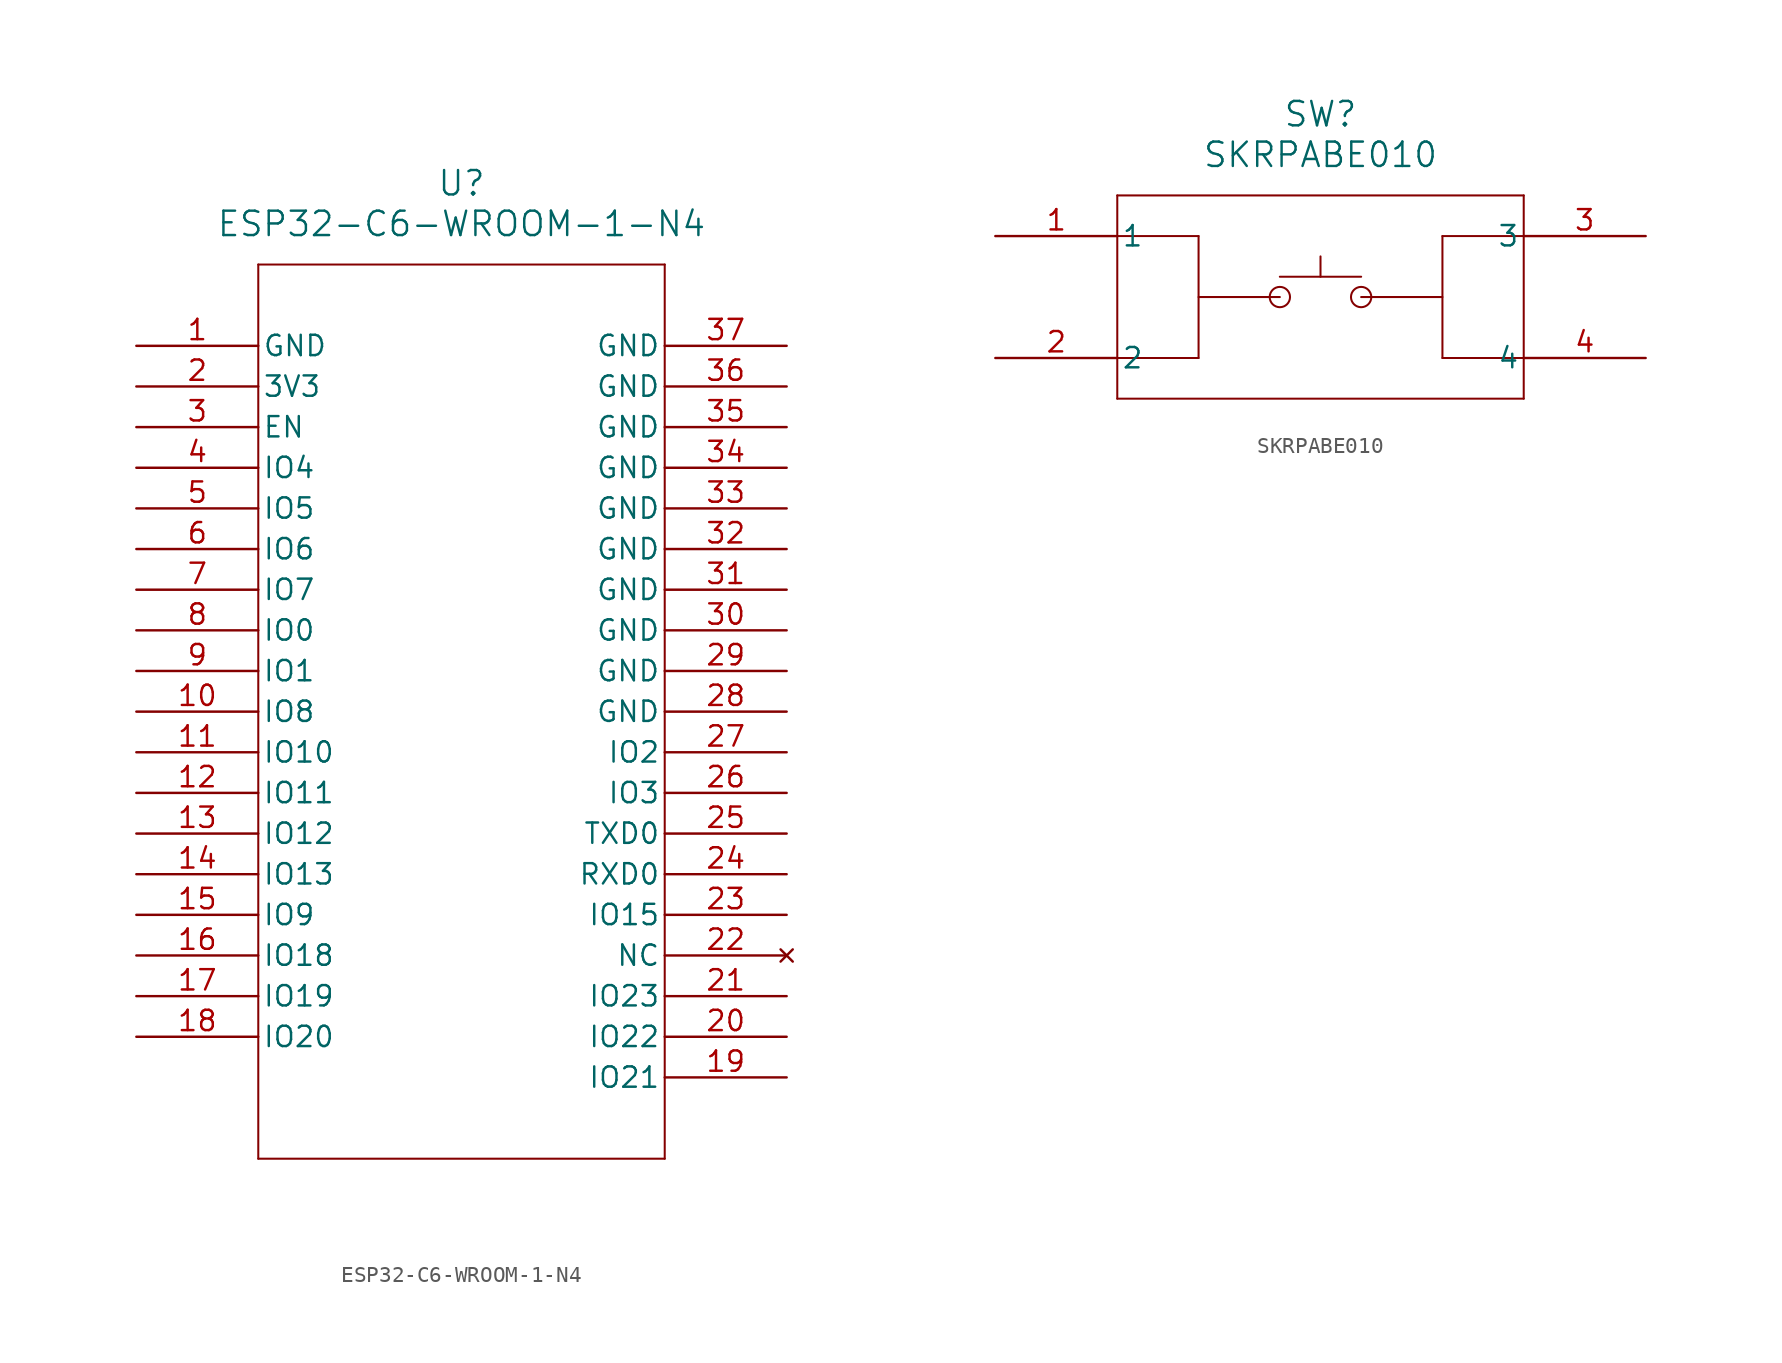
<source format=kicad_sym>
(kicad_symbol_lib
  (version 20231120)
  (generator "kicad_symbol_editor")
  (generator_version "8.0")
  (symbol "ESP32-C6-WROOM-1-N4"
    (pin_names
      (offset 0.254))
    (property "Reference" "U"
      (at 20.32 10.16 0)
      (effects (font (size 1.524 1.524))))
    (property "Value" "ESP32-C6-WROOM-1-N4"
      (at 20.32 7.62 0)
      (effects (font (size 1.524 1.524))))
    (property "ki_locked" ""
      (at 0 0 0)
      (effects (font (size 1.27 1.27))))
    (symbol "ESP32-C6-WROOM-1-N4_0_1"
      (polyline (pts (xy 7.62 -50.8) (xy 33.02 -50.8)) (stroke (width 0.127) (type default)) (fill (type none)))
      (polyline (pts (xy 7.62 5.08) (xy 7.62 -50.8)) (stroke (width 0.127) (type default)) (fill (type none)))
      (polyline (pts (xy 33.02 -50.8) (xy 33.02 5.08)) (stroke (width 0.127) (type default)) (fill (type none)))
      (polyline (pts (xy 33.02 5.08) (xy 7.62 5.08)) (stroke (width 0.127) (type default)) (fill (type none)))
      (pin power_out line (at 0 0 0) (length 7.62) (name "GND" (effects (font (size 1.27 1.27)))) (number "1" (effects (font (size 1.27 1.27)))))
      (pin bidirectional line (at 0 -22.86 0) (length 7.62) (name "IO8" (effects (font (size 1.27 1.27)))) (number "10" (effects (font (size 1.27 1.27)))))
      (pin bidirectional line (at 0 -25.4 0) (length 7.62) (name "IO10" (effects (font (size 1.27 1.27)))) (number "11" (effects (font (size 1.27 1.27)))))
      (pin bidirectional line (at 0 -27.94 0) (length 7.62) (name "IO11" (effects (font (size 1.27 1.27)))) (number "12" (effects (font (size 1.27 1.27)))))
      (pin bidirectional line (at 0 -30.48 0) (length 7.62) (name "IO12" (effects (font (size 1.27 1.27)))) (number "13" (effects (font (size 1.27 1.27)))))
      (pin bidirectional line (at 0 -33.02 0) (length 7.62) (name "IO13" (effects (font (size 1.27 1.27)))) (number "14" (effects (font (size 1.27 1.27)))))
      (pin bidirectional line (at 0 -35.56 0) (length 7.62) (name "IO9" (effects (font (size 1.27 1.27)))) (number "15" (effects (font (size 1.27 1.27)))))
      (pin bidirectional line (at 0 -38.1 0) (length 7.62) (name "IO18" (effects (font (size 1.27 1.27)))) (number "16" (effects (font (size 1.27 1.27)))))
      (pin bidirectional line (at 0 -40.64 0) (length 7.62) (name "IO19" (effects (font (size 1.27 1.27)))) (number "17" (effects (font (size 1.27 1.27)))))
      (pin bidirectional line (at 0 -43.18 0) (length 7.62) (name "IO20" (effects (font (size 1.27 1.27)))) (number "18" (effects (font (size 1.27 1.27)))))
      (pin bidirectional line (at 40.64 -45.72 180) (length 7.62) (name "IO21" (effects (font (size 1.27 1.27)))) (number "19" (effects (font (size 1.27 1.27)))))
      (pin power_in line (at 0 -2.54 0) (length 7.62) (name "3V3" (effects (font (size 1.27 1.27)))) (number "2" (effects (font (size 1.27 1.27)))))
      (pin bidirectional line (at 40.64 -43.18 180) (length 7.62) (name "IO22" (effects (font (size 1.27 1.27)))) (number "20" (effects (font (size 1.27 1.27)))))
      (pin bidirectional line (at 40.64 -40.64 180) (length 7.62) (name "IO23" (effects (font (size 1.27 1.27)))) (number "21" (effects (font (size 1.27 1.27)))))
      (pin no_connect line (at 40.64 -38.1 180) (length 7.62) (name "NC" (effects (font (size 1.27 1.27)))) (number "22" (effects (font (size 1.27 1.27)))))
      (pin bidirectional line (at 40.64 -35.56 180) (length 7.62) (name "IO15" (effects (font (size 1.27 1.27)))) (number "23" (effects (font (size 1.27 1.27)))))
      (pin bidirectional line (at 40.64 -33.02 180) (length 7.62) (name "RXD0" (effects (font (size 1.27 1.27)))) (number "24" (effects (font (size 1.27 1.27)))))
      (pin bidirectional line (at 40.64 -30.48 180) (length 7.62) (name "TXD0" (effects (font (size 1.27 1.27)))) (number "25" (effects (font (size 1.27 1.27)))))
      (pin bidirectional line (at 40.64 -27.94 180) (length 7.62) (name "IO3" (effects (font (size 1.27 1.27)))) (number "26" (effects (font (size 1.27 1.27)))))
      (pin bidirectional line (at 40.64 -25.4 180) (length 7.62) (name "IO2" (effects (font (size 1.27 1.27)))) (number "27" (effects (font (size 1.27 1.27)))))
      (pin power_out line (at 40.64 -22.86 180) (length 7.62) (name "GND" (effects (font (size 1.27 1.27)))) (number "28" (effects (font (size 1.27 1.27)))))
      (pin power_out line (at 40.64 -20.32 180) (length 7.62) (name "GND" (effects (font (size 1.27 1.27)))) (number "29" (effects (font (size 1.27 1.27)))))
      (pin input line (at 0 -5.08 0) (length 7.62) (name "EN" (effects (font (size 1.27 1.27)))) (number "3" (effects (font (size 1.27 1.27)))))
      (pin power_out line (at 40.64 -17.78 180) (length 7.62) (name "GND" (effects (font (size 1.27 1.27)))) (number "30" (effects (font (size 1.27 1.27)))))
      (pin power_out line (at 40.64 -15.24 180) (length 7.62) (name "GND" (effects (font (size 1.27 1.27)))) (number "31" (effects (font (size 1.27 1.27)))))
      (pin power_out line (at 40.64 -12.7 180) (length 7.62) (name "GND" (effects (font (size 1.27 1.27)))) (number "32" (effects (font (size 1.27 1.27)))))
      (pin power_out line (at 40.64 -10.16 180) (length 7.62) (name "GND" (effects (font (size 1.27 1.27)))) (number "33" (effects (font (size 1.27 1.27)))))
      (pin power_out line (at 40.64 -7.62 180) (length 7.62) (name "GND" (effects (font (size 1.27 1.27)))) (number "34" (effects (font (size 1.27 1.27)))))
      (pin power_out line (at 40.64 -5.08 180) (length 7.62) (name "GND" (effects (font (size 1.27 1.27)))) (number "35" (effects (font (size 1.27 1.27)))))
      (pin power_out line (at 40.64 -2.54 180) (length 7.62) (name "GND" (effects (font (size 1.27 1.27)))) (number "36" (effects (font (size 1.27 1.27)))))
      (pin power_out line (at 40.64 0 180) (length 7.62) (name "GND" (effects (font (size 1.27 1.27)))) (number "37" (effects (font (size 1.27 1.27)))))
      (pin bidirectional line (at 0 -7.62 0) (length 7.62) (name "IO4" (effects (font (size 1.27 1.27)))) (number "4" (effects (font (size 1.27 1.27)))))
      (pin bidirectional line (at 0 -10.16 0) (length 7.62) (name "IO5" (effects (font (size 1.27 1.27)))) (number "5" (effects (font (size 1.27 1.27)))))
      (pin bidirectional line (at 0 -12.7 0) (length 7.62) (name "IO6" (effects (font (size 1.27 1.27)))) (number "6" (effects (font (size 1.27 1.27)))))
      (pin bidirectional line (at 0 -15.24 0) (length 7.62) (name "IO7" (effects (font (size 1.27 1.27)))) (number "7" (effects (font (size 1.27 1.27)))))
      (pin bidirectional line (at 0 -17.78 0) (length 7.62) (name "IO0" (effects (font (size 1.27 1.27)))) (number "8" (effects (font (size 1.27 1.27)))))
      (pin bidirectional line (at 0 -20.32 0) (length 7.62) (name "IO1" (effects (font (size 1.27 1.27)))) (number "9" (effects (font (size 1.27 1.27)))))))
  (symbol "SKRPABE010"
    (pin_names
      (offset 0.254))
    (property "Reference" "SW"
      (at 20.32 7.62 0)
      (effects (font (size 1.524 1.524))))
    (property "Value" "SKRPABE010"
      (at 20.32 5.08 0)
      (effects (font (size 1.524 1.524))))
    (property "ki_locked" ""
      (at 0 0 0)
      (effects (font (size 1.27 1.27))))
    (symbol "SKRPABE010_0_1"
      (polyline (pts (xy 7.62 -10.16) (xy 33.02 -10.16)) (stroke (width 0.127) (type default)) (fill (type none)))
      (polyline (pts (xy 7.62 -7.62) (xy 12.7 -7.62)) (stroke (width 0.127) (type default)) (fill (type none)))
      (polyline (pts (xy 7.62 0) (xy 12.7 0)) (stroke (width 0.127) (type default)) (fill (type none)))
      (polyline (pts (xy 7.62 2.54) (xy 7.62 -10.16)) (stroke (width 0.127) (type default)) (fill (type none)))
      (polyline (pts (xy 12.7 -3.81) (xy 17.78 -3.81)) (stroke (width 0.127) (type default)) (fill (type none)))
      (polyline (pts (xy 12.7 0) (xy 12.7 -7.62)) (stroke (width 0.127) (type default)) (fill (type none)))
      (polyline (pts (xy 17.78 -2.54) (xy 22.86 -2.54)) (stroke (width 0.127) (type default)) (fill (type none)))
      (polyline (pts (xy 20.32 -2.54) (xy 20.32 -1.27)) (stroke (width 0.127) (type default)) (fill (type none)))
      (polyline (pts (xy 27.94 -3.81) (xy 22.86 -3.81)) (stroke (width 0.127) (type default)) (fill (type none)))
      (polyline (pts (xy 27.94 0) (xy 27.94 -7.62)) (stroke (width 0.127) (type default)) (fill (type none)))
      (polyline (pts (xy 27.94 0) (xy 33.02 0)) (stroke (width 0.127) (type default)) (fill (type none)))
      (polyline (pts (xy 33.02 -10.16) (xy 33.02 2.54)) (stroke (width 0.127) (type default)) (fill (type none)))
      (polyline (pts (xy 33.02 -7.62) (xy 27.94 -7.62)) (stroke (width 0.127) (type default)) (fill (type none)))
      (polyline (pts (xy 33.02 2.54) (xy 7.62 2.54)) (stroke (width 0.127) (type default)) (fill (type none)))
      (circle (center 17.78 -3.81) (radius 0.635) (stroke (width 0.127) (type default)) (fill (type none)))
      (circle (center 22.86 -3.81) (radius 0.635) (stroke (width 0.127) (type default)) (fill (type none)))
      (pin unspecified line (at 0 0 0) (length 7.62) (name "1" (effects (font (size 1.27 1.27)))) (number "1" (effects (font (size 1.27 1.27)))))
      (pin unspecified line (at 0 -7.62 0) (length 7.62) (name "2" (effects (font (size 1.27 1.27)))) (number "2" (effects (font (size 1.27 1.27)))))
      (pin unspecified line (at 40.64 0 180) (length 7.62) (name "3" (effects (font (size 1.27 1.27)))) (number "3" (effects (font (size 1.27 1.27)))))
      (pin unspecified line (at 40.64 -7.62 180) (length 7.62) (name "4" (effects (font (size 1.27 1.27)))) (number "4" (effects (font (size 1.27 1.27))))))))
</source>
